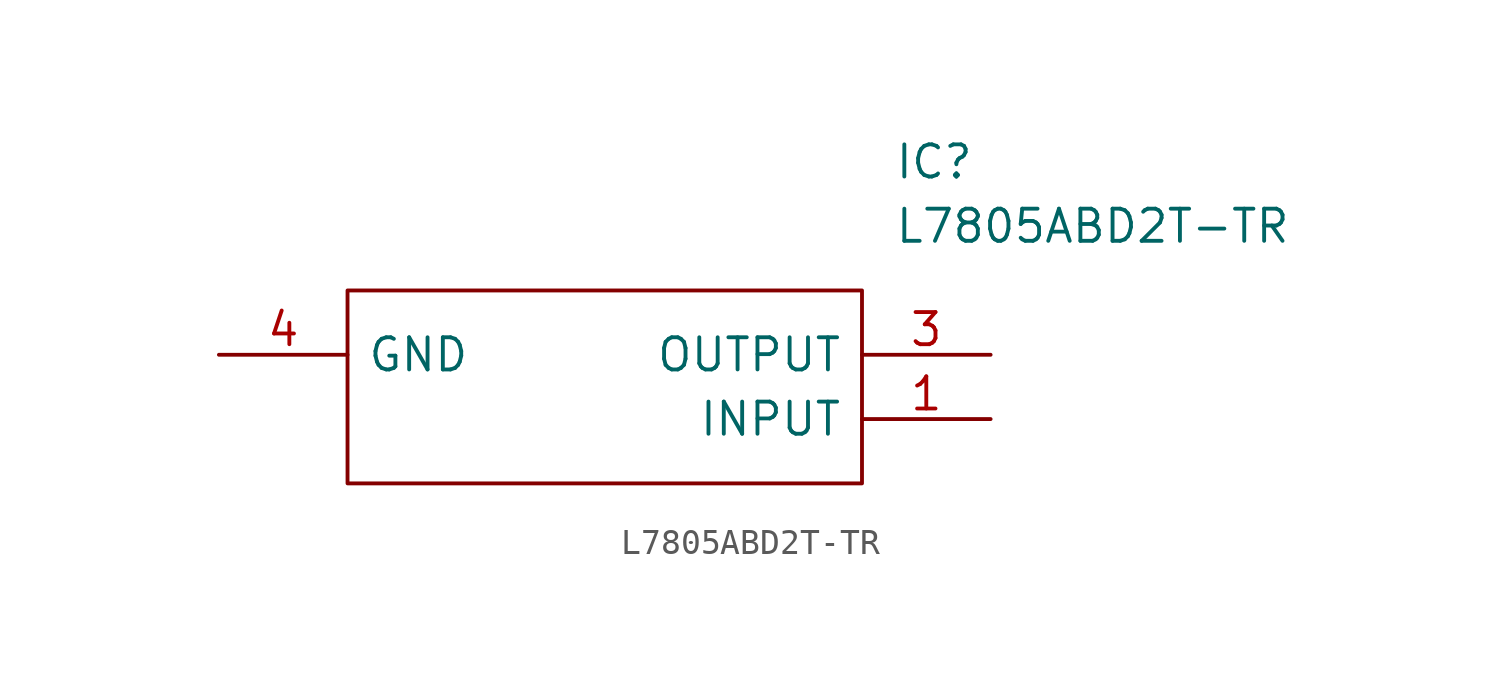
<source format=kicad_sym>
(kicad_symbol_lib
  (version 20211014)
  (generator kicad_symbol_editor)
  (symbol "L7805ABD2T-TR"
    (pin_names
      (offset 0.762))
    (property "Reference" "IC"
      (at 26.67 7.62 0)
      (effects (font (size 1.27 1.27)) (justify left)))
    (property "Value" "L7805ABD2T-TR"
      (at 26.67 5.08 0)
      (effects (font (size 1.27 1.27)) (justify left)))
    (symbol "L7805ABD2T-TR_0_0"
      (pin passive line (at 30.48 -2.54 180) (length 5.08) (name "INPUT" (effects (font (size 1.27 1.27)))) (number "1" (effects (font (size 1.27 1.27)))))
      (pin passive line (at 30.48 0 180) (length 5.08) (name "OUTPUT" (effects (font (size 1.27 1.27)))) (number "3" (effects (font (size 1.27 1.27)))))
      (pin passive line (at 0 0 0) (length 5.08) (name "GND" (effects (font (size 1.27 1.27)))) (number "4" (effects (font (size 1.27 1.27))))))
    (symbol "L7805ABD2T-TR_0_1"
      (polyline (pts (xy 5.08 2.54) (xy 25.4 2.54) (xy 25.4 -5.08) (xy 5.08 -5.08) (xy 5.08 2.54)) (stroke (width 0.152) (type default) (color 0 0 0 0)) (fill (type none))))))
</source>
